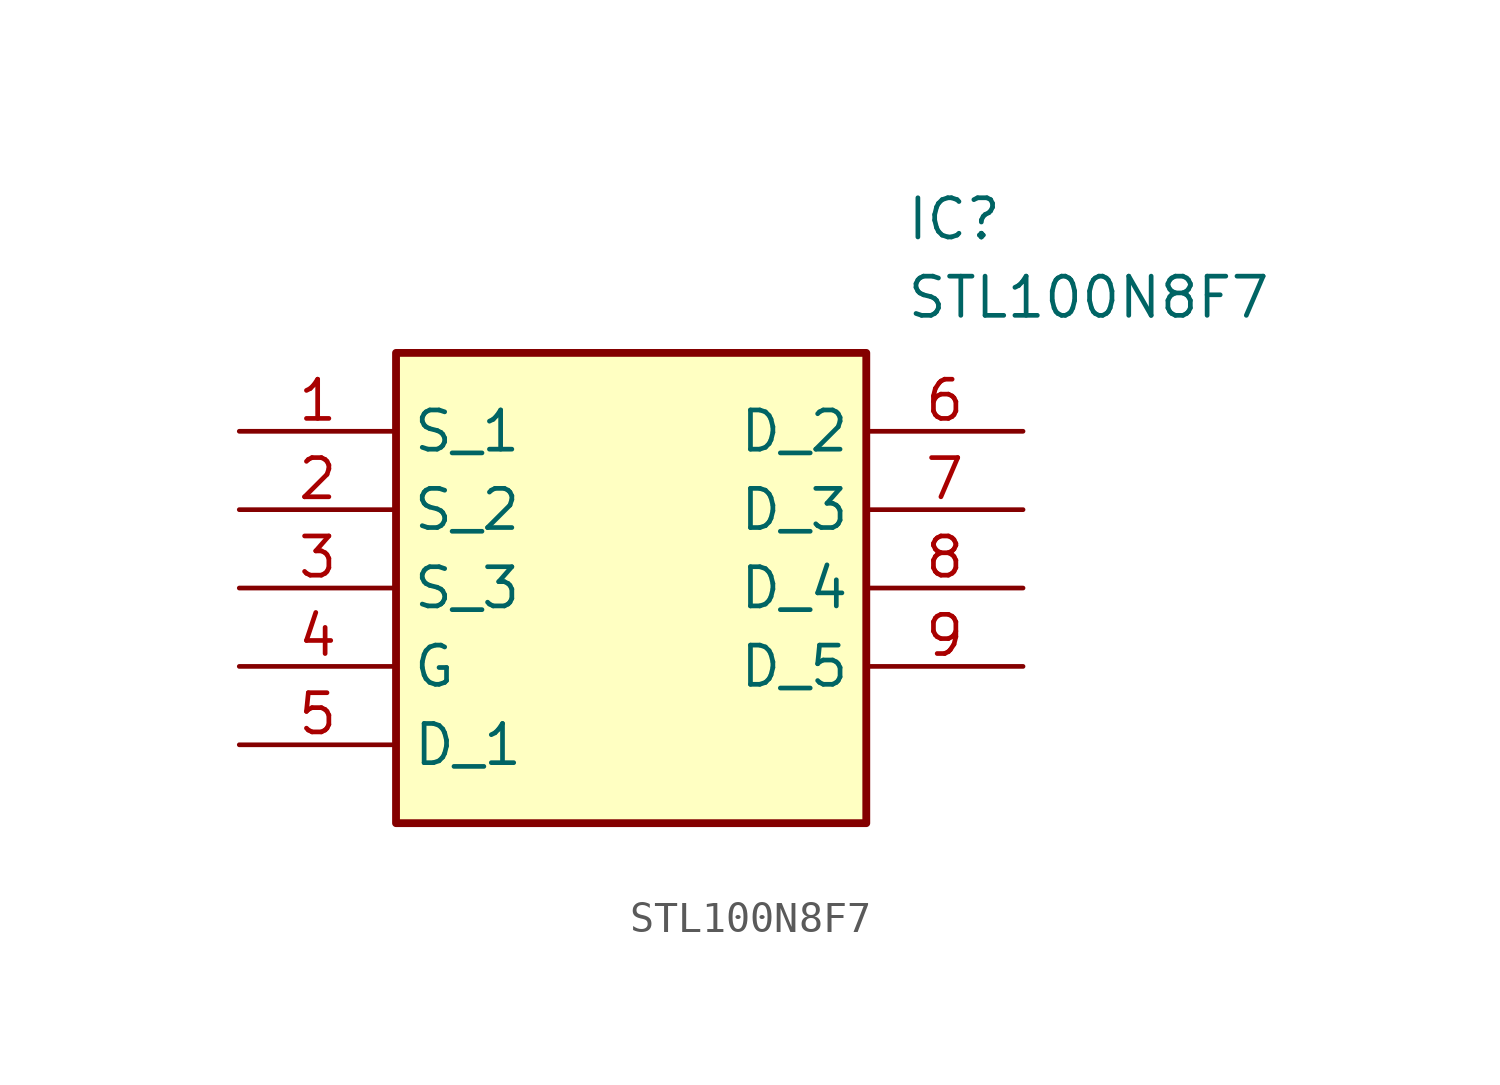
<source format=kicad_sym>
(kicad_symbol_lib
  (version 20211014)
  (generator SamacSys_ECAD_Model)
  (symbol "STL100N8F7"
    (property "Reference" "IC"
      (at 21.59 7.62 0)
      (effects (font (size 1.27 1.27)) (justify left top)))
    (property "Value" "STL100N8F7"
      (at 21.59 5.08 0)
      (effects (font (size 1.27 1.27)) (justify left top)))
    (rectangle
      (start 5.08 2.54)
      (end 20.32 -12.7)
      (stroke (width 0.254) (type default))
      (fill (type background)))
    (pin passive line
      (at 0 0 0)
      (length 5.08)
      (name "S_1" (effects (font (size 1.27 1.27))))
      (number "1" (effects (font (size 1.27 1.27)))))
    (pin passive line
      (at 0 -2.54 0)
      (length 5.08)
      (name "S_2" (effects (font (size 1.27 1.27))))
      (number "2" (effects (font (size 1.27 1.27)))))
    (pin passive line
      (at 0 -5.08 0)
      (length 5.08)
      (name "S_3" (effects (font (size 1.27 1.27))))
      (number "3" (effects (font (size 1.27 1.27)))))
    (pin passive line
      (at 0 -7.62 0)
      (length 5.08)
      (name "G" (effects (font (size 1.27 1.27))))
      (number "4" (effects (font (size 1.27 1.27)))))
    (pin passive line
      (at 0 -10.16 0)
      (length 5.08)
      (name "D_1" (effects (font (size 1.27 1.27))))
      (number "5" (effects (font (size 1.27 1.27)))))
    (pin passive line
      (at 25.4 0 180)
      (length 5.08)
      (name "D_2" (effects (font (size 1.27 1.27))))
      (number "6" (effects (font (size 1.27 1.27)))))
    (pin passive line
      (at 25.4 -2.54 180)
      (length 5.08)
      (name "D_3" (effects (font (size 1.27 1.27))))
      (number "7" (effects (font (size 1.27 1.27)))))
    (pin passive line
      (at 25.4 -5.08 180)
      (length 5.08)
      (name "D_4" (effects (font (size 1.27 1.27))))
      (number "8" (effects (font (size 1.27 1.27)))))
    (pin passive line
      (at 25.4 -7.62 180)
      (length 5.08)
      (name "D_5" (effects (font (size 1.27 1.27))))
      (number "9" (effects (font (size 1.27 1.27)))))))
</source>
